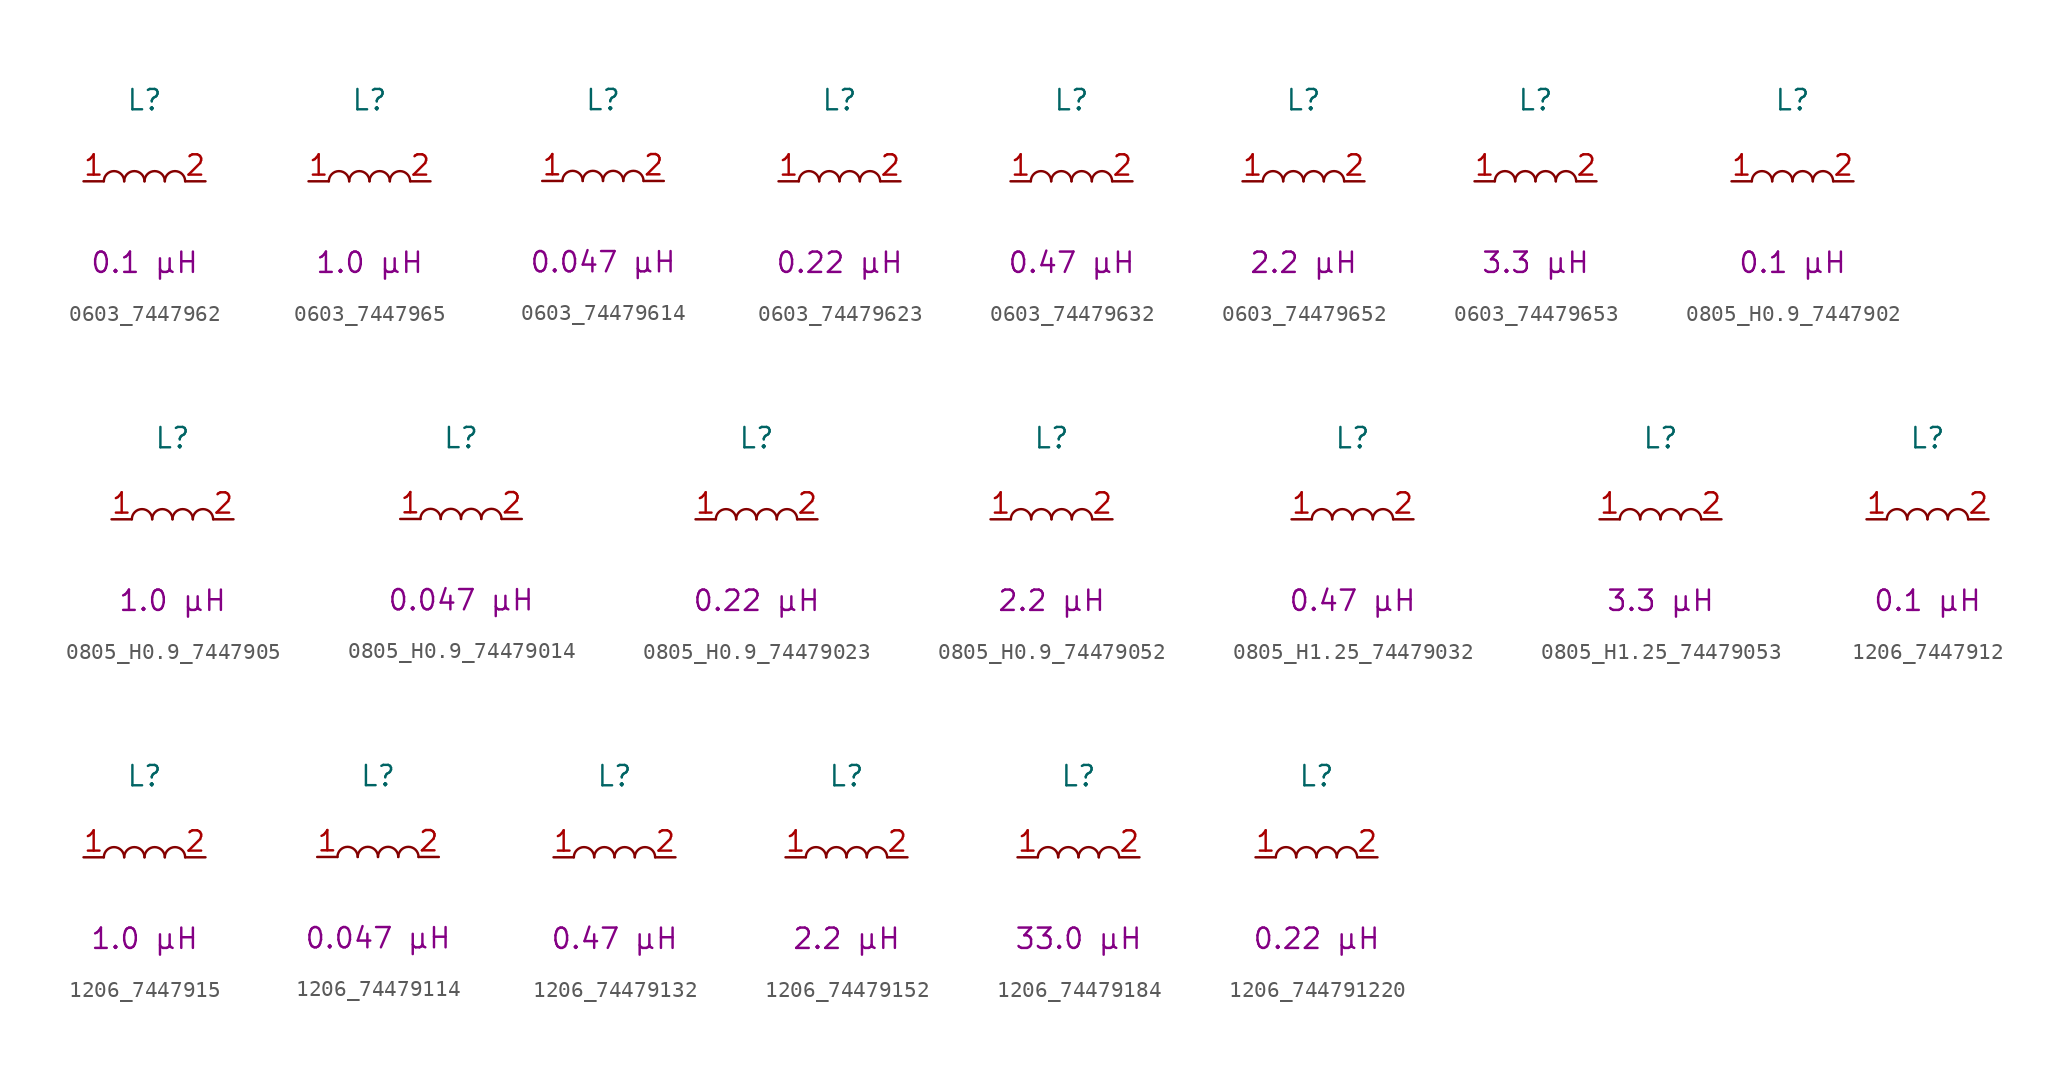
<source format=kicad_sym>
(kicad_symbol_lib
  (version 20220914)
  (generator kicad_symbol_editor)
  (symbol "0603_7447962"
    (pin_names hide)
    (property "Reference" "L"
      (at 0 5.08 0)
      (effects (font (size 1.27 1.27))))
    (property "Critical Parameter" "0.1 µH"
      (at 0 -5.08 0)
      (effects (font (size 1.27 1.27))))
    (symbol "0603_7447962_0_1"
      (arc (start -1.27 0) (mid -1.905 0.6323) (end -2.54 0) (stroke (width 0) (type default)) (fill (type none)))
      (arc (start 0 0) (mid -0.635 0.6323) (end -1.27 0) (stroke (width 0) (type default)) (fill (type none)))
      (arc (start 1.27 0) (mid 0.635 0.6323) (end 0 0) (stroke (width 0) (type default)) (fill (type none)))
      (arc (start 2.54 0) (mid 1.905 0.6323) (end 1.27 0) (stroke (width 0) (type default)) (fill (type none))))
    (symbol "0603_7447962_1_1"
      (pin passive line (at -3.81 0 0) (length 1.27) (name "1" (effects (font (size 1.27 1.27)))) (number "1" (effects (font (size 1.27 1.27)))))
      (pin passive line (at 3.81 0 180) (length 1.27) (name "2" (effects (font (size 1.27 1.27)))) (number "2" (effects (font (size 1.27 1.27)))))))
  (symbol "0603_7447965"
    (pin_names hide)
    (property "Reference" "L"
      (at 0 5.08 0)
      (effects (font (size 1.27 1.27))))
    (property "Critical Parameter" "1.0 µH"
      (at 0 -5.08 0)
      (effects (font (size 1.27 1.27))))
    (symbol "0603_7447965_0_1"
      (arc (start -1.27 0) (mid -1.905 0.6323) (end -2.54 0) (stroke (width 0) (type default)) (fill (type none)))
      (arc (start 0 0) (mid -0.635 0.6323) (end -1.27 0) (stroke (width 0) (type default)) (fill (type none)))
      (arc (start 1.27 0) (mid 0.635 0.6323) (end 0 0) (stroke (width 0) (type default)) (fill (type none)))
      (arc (start 2.54 0) (mid 1.905 0.6323) (end 1.27 0) (stroke (width 0) (type default)) (fill (type none))))
    (symbol "0603_7447965_1_1"
      (pin passive line (at -3.81 0 0) (length 1.27) (name "1" (effects (font (size 1.27 1.27)))) (number "1" (effects (font (size 1.27 1.27)))))
      (pin passive line (at 3.81 0 180) (length 1.27) (name "2" (effects (font (size 1.27 1.27)))) (number "2" (effects (font (size 1.27 1.27)))))))
  (symbol "0603_74479614"
    (pin_names hide)
    (property "Reference" "L"
      (at 0 5.08 0)
      (effects (font (size 1.27 1.27))))
    (property "Critical Parameter" "0.047 µH"
      (at 0 -5.08 0)
      (effects (font (size 1.27 1.27))))
    (symbol "0603_74479614_0_1"
      (arc (start -1.27 0) (mid -1.905 0.6323) (end -2.54 0) (stroke (width 0) (type default)) (fill (type none)))
      (arc (start 0 0) (mid -0.635 0.6323) (end -1.27 0) (stroke (width 0) (type default)) (fill (type none)))
      (arc (start 1.27 0) (mid 0.635 0.6323) (end 0 0) (stroke (width 0) (type default)) (fill (type none)))
      (arc (start 2.54 0) (mid 1.905 0.6323) (end 1.27 0) (stroke (width 0) (type default)) (fill (type none))))
    (symbol "0603_74479614_1_1"
      (pin passive line (at -3.81 0 0) (length 1.27) (name "1" (effects (font (size 1.27 1.27)))) (number "1" (effects (font (size 1.27 1.27)))))
      (pin passive line (at 3.81 0 180) (length 1.27) (name "2" (effects (font (size 1.27 1.27)))) (number "2" (effects (font (size 1.27 1.27)))))))
  (symbol "0603_74479623"
    (pin_names hide)
    (property "Reference" "L"
      (at 0 5.08 0)
      (effects (font (size 1.27 1.27))))
    (property "Critical Parameter" "0.22 µH"
      (at 0 -5.08 0)
      (effects (font (size 1.27 1.27))))
    (symbol "0603_74479623_0_1"
      (arc (start -1.27 0) (mid -1.905 0.6323) (end -2.54 0) (stroke (width 0) (type default)) (fill (type none)))
      (arc (start 0 0) (mid -0.635 0.6323) (end -1.27 0) (stroke (width 0) (type default)) (fill (type none)))
      (arc (start 1.27 0) (mid 0.635 0.6323) (end 0 0) (stroke (width 0) (type default)) (fill (type none)))
      (arc (start 2.54 0) (mid 1.905 0.6323) (end 1.27 0) (stroke (width 0) (type default)) (fill (type none))))
    (symbol "0603_74479623_1_1"
      (pin passive line (at -3.81 0 0) (length 1.27) (name "1" (effects (font (size 1.27 1.27)))) (number "1" (effects (font (size 1.27 1.27)))))
      (pin passive line (at 3.81 0 180) (length 1.27) (name "2" (effects (font (size 1.27 1.27)))) (number "2" (effects (font (size 1.27 1.27)))))))
  (symbol "0603_74479632"
    (pin_names hide)
    (property "Reference" "L"
      (at 0 5.08 0)
      (effects (font (size 1.27 1.27))))
    (property "Critical Parameter" "0.47 µH"
      (at 0 -5.08 0)
      (effects (font (size 1.27 1.27))))
    (symbol "0603_74479632_0_1"
      (arc (start -1.27 0) (mid -1.905 0.6323) (end -2.54 0) (stroke (width 0) (type default)) (fill (type none)))
      (arc (start 0 0) (mid -0.635 0.6323) (end -1.27 0) (stroke (width 0) (type default)) (fill (type none)))
      (arc (start 1.27 0) (mid 0.635 0.6323) (end 0 0) (stroke (width 0) (type default)) (fill (type none)))
      (arc (start 2.54 0) (mid 1.905 0.6323) (end 1.27 0) (stroke (width 0) (type default)) (fill (type none))))
    (symbol "0603_74479632_1_1"
      (pin passive line (at -3.81 0 0) (length 1.27) (name "1" (effects (font (size 1.27 1.27)))) (number "1" (effects (font (size 1.27 1.27)))))
      (pin passive line (at 3.81 0 180) (length 1.27) (name "2" (effects (font (size 1.27 1.27)))) (number "2" (effects (font (size 1.27 1.27)))))))
  (symbol "0603_74479652"
    (pin_names hide)
    (property "Reference" "L"
      (at 0 5.08 0)
      (effects (font (size 1.27 1.27))))
    (property "Critical Parameter" "2.2 µH"
      (at 0 -5.08 0)
      (effects (font (size 1.27 1.27))))
    (symbol "0603_74479652_0_1"
      (arc (start -1.27 0) (mid -1.905 0.6323) (end -2.54 0) (stroke (width 0) (type default)) (fill (type none)))
      (arc (start 0 0) (mid -0.635 0.6323) (end -1.27 0) (stroke (width 0) (type default)) (fill (type none)))
      (arc (start 1.27 0) (mid 0.635 0.6323) (end 0 0) (stroke (width 0) (type default)) (fill (type none)))
      (arc (start 2.54 0) (mid 1.905 0.6323) (end 1.27 0) (stroke (width 0) (type default)) (fill (type none))))
    (symbol "0603_74479652_1_1"
      (pin passive line (at -3.81 0 0) (length 1.27) (name "1" (effects (font (size 1.27 1.27)))) (number "1" (effects (font (size 1.27 1.27)))))
      (pin passive line (at 3.81 0 180) (length 1.27) (name "2" (effects (font (size 1.27 1.27)))) (number "2" (effects (font (size 1.27 1.27)))))))
  (symbol "0603_74479653"
    (pin_names hide)
    (property "Reference" "L"
      (at 0 5.08 0)
      (effects (font (size 1.27 1.27))))
    (property "Critical Parameter" "3.3 µH"
      (at 0 -5.08 0)
      (effects (font (size 1.27 1.27))))
    (symbol "0603_74479653_0_1"
      (arc (start -1.27 0) (mid -1.905 0.6323) (end -2.54 0) (stroke (width 0) (type default)) (fill (type none)))
      (arc (start 0 0) (mid -0.635 0.6323) (end -1.27 0) (stroke (width 0) (type default)) (fill (type none)))
      (arc (start 1.27 0) (mid 0.635 0.6323) (end 0 0) (stroke (width 0) (type default)) (fill (type none)))
      (arc (start 2.54 0) (mid 1.905 0.6323) (end 1.27 0) (stroke (width 0) (type default)) (fill (type none))))
    (symbol "0603_74479653_1_1"
      (pin passive line (at -3.81 0 0) (length 1.27) (name "1" (effects (font (size 1.27 1.27)))) (number "1" (effects (font (size 1.27 1.27)))))
      (pin passive line (at 3.81 0 180) (length 1.27) (name "2" (effects (font (size 1.27 1.27)))) (number "2" (effects (font (size 1.27 1.27)))))))
  (symbol "0805_H0.9_7447902"
    (pin_names hide)
    (property "Reference" "L"
      (at 0 5.08 0)
      (effects (font (size 1.27 1.27))))
    (property "Critical Parameter" "0.1 µH"
      (at 0 -5.08 0)
      (effects (font (size 1.27 1.27))))
    (symbol "0805_H0.9_7447902_0_1"
      (arc (start -1.27 0) (mid -1.905 0.6323) (end -2.54 0) (stroke (width 0) (type default)) (fill (type none)))
      (arc (start 0 0) (mid -0.635 0.6323) (end -1.27 0) (stroke (width 0) (type default)) (fill (type none)))
      (arc (start 1.27 0) (mid 0.635 0.6323) (end 0 0) (stroke (width 0) (type default)) (fill (type none)))
      (arc (start 2.54 0) (mid 1.905 0.6323) (end 1.27 0) (stroke (width 0) (type default)) (fill (type none))))
    (symbol "0805_H0.9_7447902_1_1"
      (pin passive line (at -3.81 0 0) (length 1.27) (name "1" (effects (font (size 1.27 1.27)))) (number "1" (effects (font (size 1.27 1.27)))))
      (pin passive line (at 3.81 0 180) (length 1.27) (name "2" (effects (font (size 1.27 1.27)))) (number "2" (effects (font (size 1.27 1.27)))))))
  (symbol "0805_H0.9_7447905"
    (pin_names hide)
    (property "Reference" "L"
      (at 0 5.08 0)
      (effects (font (size 1.27 1.27))))
    (property "Critical Parameter" "1.0 µH"
      (at 0 -5.08 0)
      (effects (font (size 1.27 1.27))))
    (symbol "0805_H0.9_7447905_0_1"
      (arc (start -1.27 0) (mid -1.905 0.6323) (end -2.54 0) (stroke (width 0) (type default)) (fill (type none)))
      (arc (start 0 0) (mid -0.635 0.6323) (end -1.27 0) (stroke (width 0) (type default)) (fill (type none)))
      (arc (start 1.27 0) (mid 0.635 0.6323) (end 0 0) (stroke (width 0) (type default)) (fill (type none)))
      (arc (start 2.54 0) (mid 1.905 0.6323) (end 1.27 0) (stroke (width 0) (type default)) (fill (type none))))
    (symbol "0805_H0.9_7447905_1_1"
      (pin passive line (at -3.81 0 0) (length 1.27) (name "1" (effects (font (size 1.27 1.27)))) (number "1" (effects (font (size 1.27 1.27)))))
      (pin passive line (at 3.81 0 180) (length 1.27) (name "2" (effects (font (size 1.27 1.27)))) (number "2" (effects (font (size 1.27 1.27)))))))
  (symbol "0805_H0.9_74479014"
    (pin_names hide)
    (property "Reference" "L"
      (at 0 5.08 0)
      (effects (font (size 1.27 1.27))))
    (property "Critical Parameter" "0.047 µH"
      (at 0 -5.08 0)
      (effects (font (size 1.27 1.27))))
    (symbol "0805_H0.9_74479014_0_1"
      (arc (start -1.27 0) (mid -1.905 0.6323) (end -2.54 0) (stroke (width 0) (type default)) (fill (type none)))
      (arc (start 0 0) (mid -0.635 0.6323) (end -1.27 0) (stroke (width 0) (type default)) (fill (type none)))
      (arc (start 1.27 0) (mid 0.635 0.6323) (end 0 0) (stroke (width 0) (type default)) (fill (type none)))
      (arc (start 2.54 0) (mid 1.905 0.6323) (end 1.27 0) (stroke (width 0) (type default)) (fill (type none))))
    (symbol "0805_H0.9_74479014_1_1"
      (pin passive line (at -3.81 0 0) (length 1.27) (name "1" (effects (font (size 1.27 1.27)))) (number "1" (effects (font (size 1.27 1.27)))))
      (pin passive line (at 3.81 0 180) (length 1.27) (name "2" (effects (font (size 1.27 1.27)))) (number "2" (effects (font (size 1.27 1.27)))))))
  (symbol "0805_H0.9_74479023"
    (pin_names hide)
    (property "Reference" "L"
      (at 0 5.08 0)
      (effects (font (size 1.27 1.27))))
    (property "Critical Parameter" "0.22 µH"
      (at 0 -5.08 0)
      (effects (font (size 1.27 1.27))))
    (symbol "0805_H0.9_74479023_0_1"
      (arc (start -1.27 0) (mid -1.905 0.6323) (end -2.54 0) (stroke (width 0) (type default)) (fill (type none)))
      (arc (start 0 0) (mid -0.635 0.6323) (end -1.27 0) (stroke (width 0) (type default)) (fill (type none)))
      (arc (start 1.27 0) (mid 0.635 0.6323) (end 0 0) (stroke (width 0) (type default)) (fill (type none)))
      (arc (start 2.54 0) (mid 1.905 0.6323) (end 1.27 0) (stroke (width 0) (type default)) (fill (type none))))
    (symbol "0805_H0.9_74479023_1_1"
      (pin passive line (at -3.81 0 0) (length 1.27) (name "1" (effects (font (size 1.27 1.27)))) (number "1" (effects (font (size 1.27 1.27)))))
      (pin passive line (at 3.81 0 180) (length 1.27) (name "2" (effects (font (size 1.27 1.27)))) (number "2" (effects (font (size 1.27 1.27)))))))
  (symbol "0805_H0.9_74479052"
    (pin_names hide)
    (property "Reference" "L"
      (at 0 5.08 0)
      (effects (font (size 1.27 1.27))))
    (property "Critical Parameter" "2.2 µH"
      (at 0 -5.08 0)
      (effects (font (size 1.27 1.27))))
    (symbol "0805_H0.9_74479052_0_1"
      (arc (start -1.27 0) (mid -1.905 0.6323) (end -2.54 0) (stroke (width 0) (type default)) (fill (type none)))
      (arc (start 0 0) (mid -0.635 0.6323) (end -1.27 0) (stroke (width 0) (type default)) (fill (type none)))
      (arc (start 1.27 0) (mid 0.635 0.6323) (end 0 0) (stroke (width 0) (type default)) (fill (type none)))
      (arc (start 2.54 0) (mid 1.905 0.6323) (end 1.27 0) (stroke (width 0) (type default)) (fill (type none))))
    (symbol "0805_H0.9_74479052_1_1"
      (pin passive line (at -3.81 0 0) (length 1.27) (name "1" (effects (font (size 1.27 1.27)))) (number "1" (effects (font (size 1.27 1.27)))))
      (pin passive line (at 3.81 0 180) (length 1.27) (name "2" (effects (font (size 1.27 1.27)))) (number "2" (effects (font (size 1.27 1.27)))))))
  (symbol "0805_H1.25_74479032"
    (pin_names hide)
    (property "Reference" "L"
      (at 0 5.08 0)
      (effects (font (size 1.27 1.27))))
    (property "Critical Parameter" "0.47 µH"
      (at 0 -5.08 0)
      (effects (font (size 1.27 1.27))))
    (symbol "0805_H1.25_74479032_0_1"
      (arc (start -1.27 0) (mid -1.905 0.6323) (end -2.54 0) (stroke (width 0) (type default)) (fill (type none)))
      (arc (start 0 0) (mid -0.635 0.6323) (end -1.27 0) (stroke (width 0) (type default)) (fill (type none)))
      (arc (start 1.27 0) (mid 0.635 0.6323) (end 0 0) (stroke (width 0) (type default)) (fill (type none)))
      (arc (start 2.54 0) (mid 1.905 0.6323) (end 1.27 0) (stroke (width 0) (type default)) (fill (type none))))
    (symbol "0805_H1.25_74479032_1_1"
      (pin passive line (at -3.81 0 0) (length 1.27) (name "1" (effects (font (size 1.27 1.27)))) (number "1" (effects (font (size 1.27 1.27)))))
      (pin passive line (at 3.81 0 180) (length 1.27) (name "2" (effects (font (size 1.27 1.27)))) (number "2" (effects (font (size 1.27 1.27)))))))
  (symbol "0805_H1.25_74479053"
    (pin_names hide)
    (property "Reference" "L"
      (at 0 5.08 0)
      (effects (font (size 1.27 1.27))))
    (property "Critical Parameter" "3.3 µH"
      (at 0 -5.08 0)
      (effects (font (size 1.27 1.27))))
    (symbol "0805_H1.25_74479053_0_1"
      (arc (start -1.27 0) (mid -1.905 0.6323) (end -2.54 0) (stroke (width 0) (type default)) (fill (type none)))
      (arc (start 0 0) (mid -0.635 0.6323) (end -1.27 0) (stroke (width 0) (type default)) (fill (type none)))
      (arc (start 1.27 0) (mid 0.635 0.6323) (end 0 0) (stroke (width 0) (type default)) (fill (type none)))
      (arc (start 2.54 0) (mid 1.905 0.6323) (end 1.27 0) (stroke (width 0) (type default)) (fill (type none))))
    (symbol "0805_H1.25_74479053_1_1"
      (pin passive line (at -3.81 0 0) (length 1.27) (name "1" (effects (font (size 1.27 1.27)))) (number "1" (effects (font (size 1.27 1.27)))))
      (pin passive line (at 3.81 0 180) (length 1.27) (name "2" (effects (font (size 1.27 1.27)))) (number "2" (effects (font (size 1.27 1.27)))))))
  (symbol "1206_7447912"
    (pin_names hide)
    (property "Reference" "L"
      (at 0 5.08 0)
      (effects (font (size 1.27 1.27))))
    (property "Critical Parameter" "0.1 µH"
      (at 0 -5.08 0)
      (effects (font (size 1.27 1.27))))
    (symbol "1206_7447912_0_1"
      (arc (start -1.27 0) (mid -1.905 0.6323) (end -2.54 0) (stroke (width 0) (type default)) (fill (type none)))
      (arc (start 0 0) (mid -0.635 0.6323) (end -1.27 0) (stroke (width 0) (type default)) (fill (type none)))
      (arc (start 1.27 0) (mid 0.635 0.6323) (end 0 0) (stroke (width 0) (type default)) (fill (type none)))
      (arc (start 2.54 0) (mid 1.905 0.6323) (end 1.27 0) (stroke (width 0) (type default)) (fill (type none))))
    (symbol "1206_7447912_1_1"
      (pin passive line (at -3.81 0 0) (length 1.27) (name "1" (effects (font (size 1.27 1.27)))) (number "1" (effects (font (size 1.27 1.27)))))
      (pin passive line (at 3.81 0 180) (length 1.27) (name "2" (effects (font (size 1.27 1.27)))) (number "2" (effects (font (size 1.27 1.27)))))))
  (symbol "1206_7447915"
    (pin_names hide)
    (property "Reference" "L"
      (at 0 5.08 0)
      (effects (font (size 1.27 1.27))))
    (property "Critical Parameter" "1.0 µH"
      (at 0 -5.08 0)
      (effects (font (size 1.27 1.27))))
    (symbol "1206_7447915_0_1"
      (arc (start -1.27 0) (mid -1.905 0.6323) (end -2.54 0) (stroke (width 0) (type default)) (fill (type none)))
      (arc (start 0 0) (mid -0.635 0.6323) (end -1.27 0) (stroke (width 0) (type default)) (fill (type none)))
      (arc (start 1.27 0) (mid 0.635 0.6323) (end 0 0) (stroke (width 0) (type default)) (fill (type none)))
      (arc (start 2.54 0) (mid 1.905 0.6323) (end 1.27 0) (stroke (width 0) (type default)) (fill (type none))))
    (symbol "1206_7447915_1_1"
      (pin passive line (at -3.81 0 0) (length 1.27) (name "1" (effects (font (size 1.27 1.27)))) (number "1" (effects (font (size 1.27 1.27)))))
      (pin passive line (at 3.81 0 180) (length 1.27) (name "2" (effects (font (size 1.27 1.27)))) (number "2" (effects (font (size 1.27 1.27)))))))
  (symbol "1206_74479114"
    (pin_names hide)
    (property "Reference" "L"
      (at 0 5.08 0)
      (effects (font (size 1.27 1.27))))
    (property "Critical Parameter" "0.047 µH"
      (at 0 -5.08 0)
      (effects (font (size 1.27 1.27))))
    (symbol "1206_74479114_0_1"
      (arc (start -1.27 0) (mid -1.905 0.6323) (end -2.54 0) (stroke (width 0) (type default)) (fill (type none)))
      (arc (start 0 0) (mid -0.635 0.6323) (end -1.27 0) (stroke (width 0) (type default)) (fill (type none)))
      (arc (start 1.27 0) (mid 0.635 0.6323) (end 0 0) (stroke (width 0) (type default)) (fill (type none)))
      (arc (start 2.54 0) (mid 1.905 0.6323) (end 1.27 0) (stroke (width 0) (type default)) (fill (type none))))
    (symbol "1206_74479114_1_1"
      (pin passive line (at -3.81 0 0) (length 1.27) (name "1" (effects (font (size 1.27 1.27)))) (number "1" (effects (font (size 1.27 1.27)))))
      (pin passive line (at 3.81 0 180) (length 1.27) (name "2" (effects (font (size 1.27 1.27)))) (number "2" (effects (font (size 1.27 1.27)))))))
  (symbol "1206_74479132"
    (pin_names hide)
    (property "Reference" "L"
      (at 0 5.08 0)
      (effects (font (size 1.27 1.27))))
    (property "Critical Parameter" "0.47 µH"
      (at 0 -5.08 0)
      (effects (font (size 1.27 1.27))))
    (symbol "1206_74479132_0_1"
      (arc (start -1.27 0) (mid -1.905 0.6323) (end -2.54 0) (stroke (width 0) (type default)) (fill (type none)))
      (arc (start 0 0) (mid -0.635 0.6323) (end -1.27 0) (stroke (width 0) (type default)) (fill (type none)))
      (arc (start 1.27 0) (mid 0.635 0.6323) (end 0 0) (stroke (width 0) (type default)) (fill (type none)))
      (arc (start 2.54 0) (mid 1.905 0.6323) (end 1.27 0) (stroke (width 0) (type default)) (fill (type none))))
    (symbol "1206_74479132_1_1"
      (pin passive line (at -3.81 0 0) (length 1.27) (name "1" (effects (font (size 1.27 1.27)))) (number "1" (effects (font (size 1.27 1.27)))))
      (pin passive line (at 3.81 0 180) (length 1.27) (name "2" (effects (font (size 1.27 1.27)))) (number "2" (effects (font (size 1.27 1.27)))))))
  (symbol "1206_74479152"
    (pin_names hide)
    (property "Reference" "L"
      (at 0 5.08 0)
      (effects (font (size 1.27 1.27))))
    (property "Critical Parameter" "2.2 µH"
      (at 0 -5.08 0)
      (effects (font (size 1.27 1.27))))
    (symbol "1206_74479152_0_1"
      (arc (start -1.27 0) (mid -1.905 0.6323) (end -2.54 0) (stroke (width 0) (type default)) (fill (type none)))
      (arc (start 0 0) (mid -0.635 0.6323) (end -1.27 0) (stroke (width 0) (type default)) (fill (type none)))
      (arc (start 1.27 0) (mid 0.635 0.6323) (end 0 0) (stroke (width 0) (type default)) (fill (type none)))
      (arc (start 2.54 0) (mid 1.905 0.6323) (end 1.27 0) (stroke (width 0) (type default)) (fill (type none))))
    (symbol "1206_74479152_1_1"
      (pin passive line (at -3.81 0 0) (length 1.27) (name "1" (effects (font (size 1.27 1.27)))) (number "1" (effects (font (size 1.27 1.27)))))
      (pin passive line (at 3.81 0 180) (length 1.27) (name "2" (effects (font (size 1.27 1.27)))) (number "2" (effects (font (size 1.27 1.27)))))))
  (symbol "1206_74479184"
    (pin_names hide)
    (property "Reference" "L"
      (at 0 5.08 0)
      (effects (font (size 1.27 1.27))))
    (property "Critical Parameter" "33.0 µH"
      (at 0 -5.08 0)
      (effects (font (size 1.27 1.27))))
    (symbol "1206_74479184_0_1"
      (arc (start -1.27 0) (mid -1.905 0.6323) (end -2.54 0) (stroke (width 0) (type default)) (fill (type none)))
      (arc (start 0 0) (mid -0.635 0.6323) (end -1.27 0) (stroke (width 0) (type default)) (fill (type none)))
      (arc (start 1.27 0) (mid 0.635 0.6323) (end 0 0) (stroke (width 0) (type default)) (fill (type none)))
      (arc (start 2.54 0) (mid 1.905 0.6323) (end 1.27 0) (stroke (width 0) (type default)) (fill (type none))))
    (symbol "1206_74479184_1_1"
      (pin passive line (at -3.81 0 0) (length 1.27) (name "1" (effects (font (size 1.27 1.27)))) (number "1" (effects (font (size 1.27 1.27)))))
      (pin passive line (at 3.81 0 180) (length 1.27) (name "2" (effects (font (size 1.27 1.27)))) (number "2" (effects (font (size 1.27 1.27)))))))
  (symbol "1206_744791220"
    (pin_names hide)
    (property "Reference" "L"
      (at 0 5.08 0)
      (effects (font (size 1.27 1.27))))
    (property "Critical Parameter" "0.22 µH"
      (at 0 -5.08 0)
      (effects (font (size 1.27 1.27))))
    (symbol "1206_744791220_0_1"
      (arc (start -1.27 0) (mid -1.905 0.6323) (end -2.54 0) (stroke (width 0) (type default)) (fill (type none)))
      (arc (start 0 0) (mid -0.635 0.6323) (end -1.27 0) (stroke (width 0) (type default)) (fill (type none)))
      (arc (start 1.27 0) (mid 0.635 0.6323) (end 0 0) (stroke (width 0) (type default)) (fill (type none)))
      (arc (start 2.54 0) (mid 1.905 0.6323) (end 1.27 0) (stroke (width 0) (type default)) (fill (type none))))
    (symbol "1206_744791220_1_1"
      (pin passive line (at -3.81 0 0) (length 1.27) (name "1" (effects (font (size 1.27 1.27)))) (number "1" (effects (font (size 1.27 1.27)))))
      (pin passive line (at 3.81 0 180) (length 1.27) (name "2" (effects (font (size 1.27 1.27)))) (number "2" (effects (font (size 1.27 1.27))))))))
</source>
